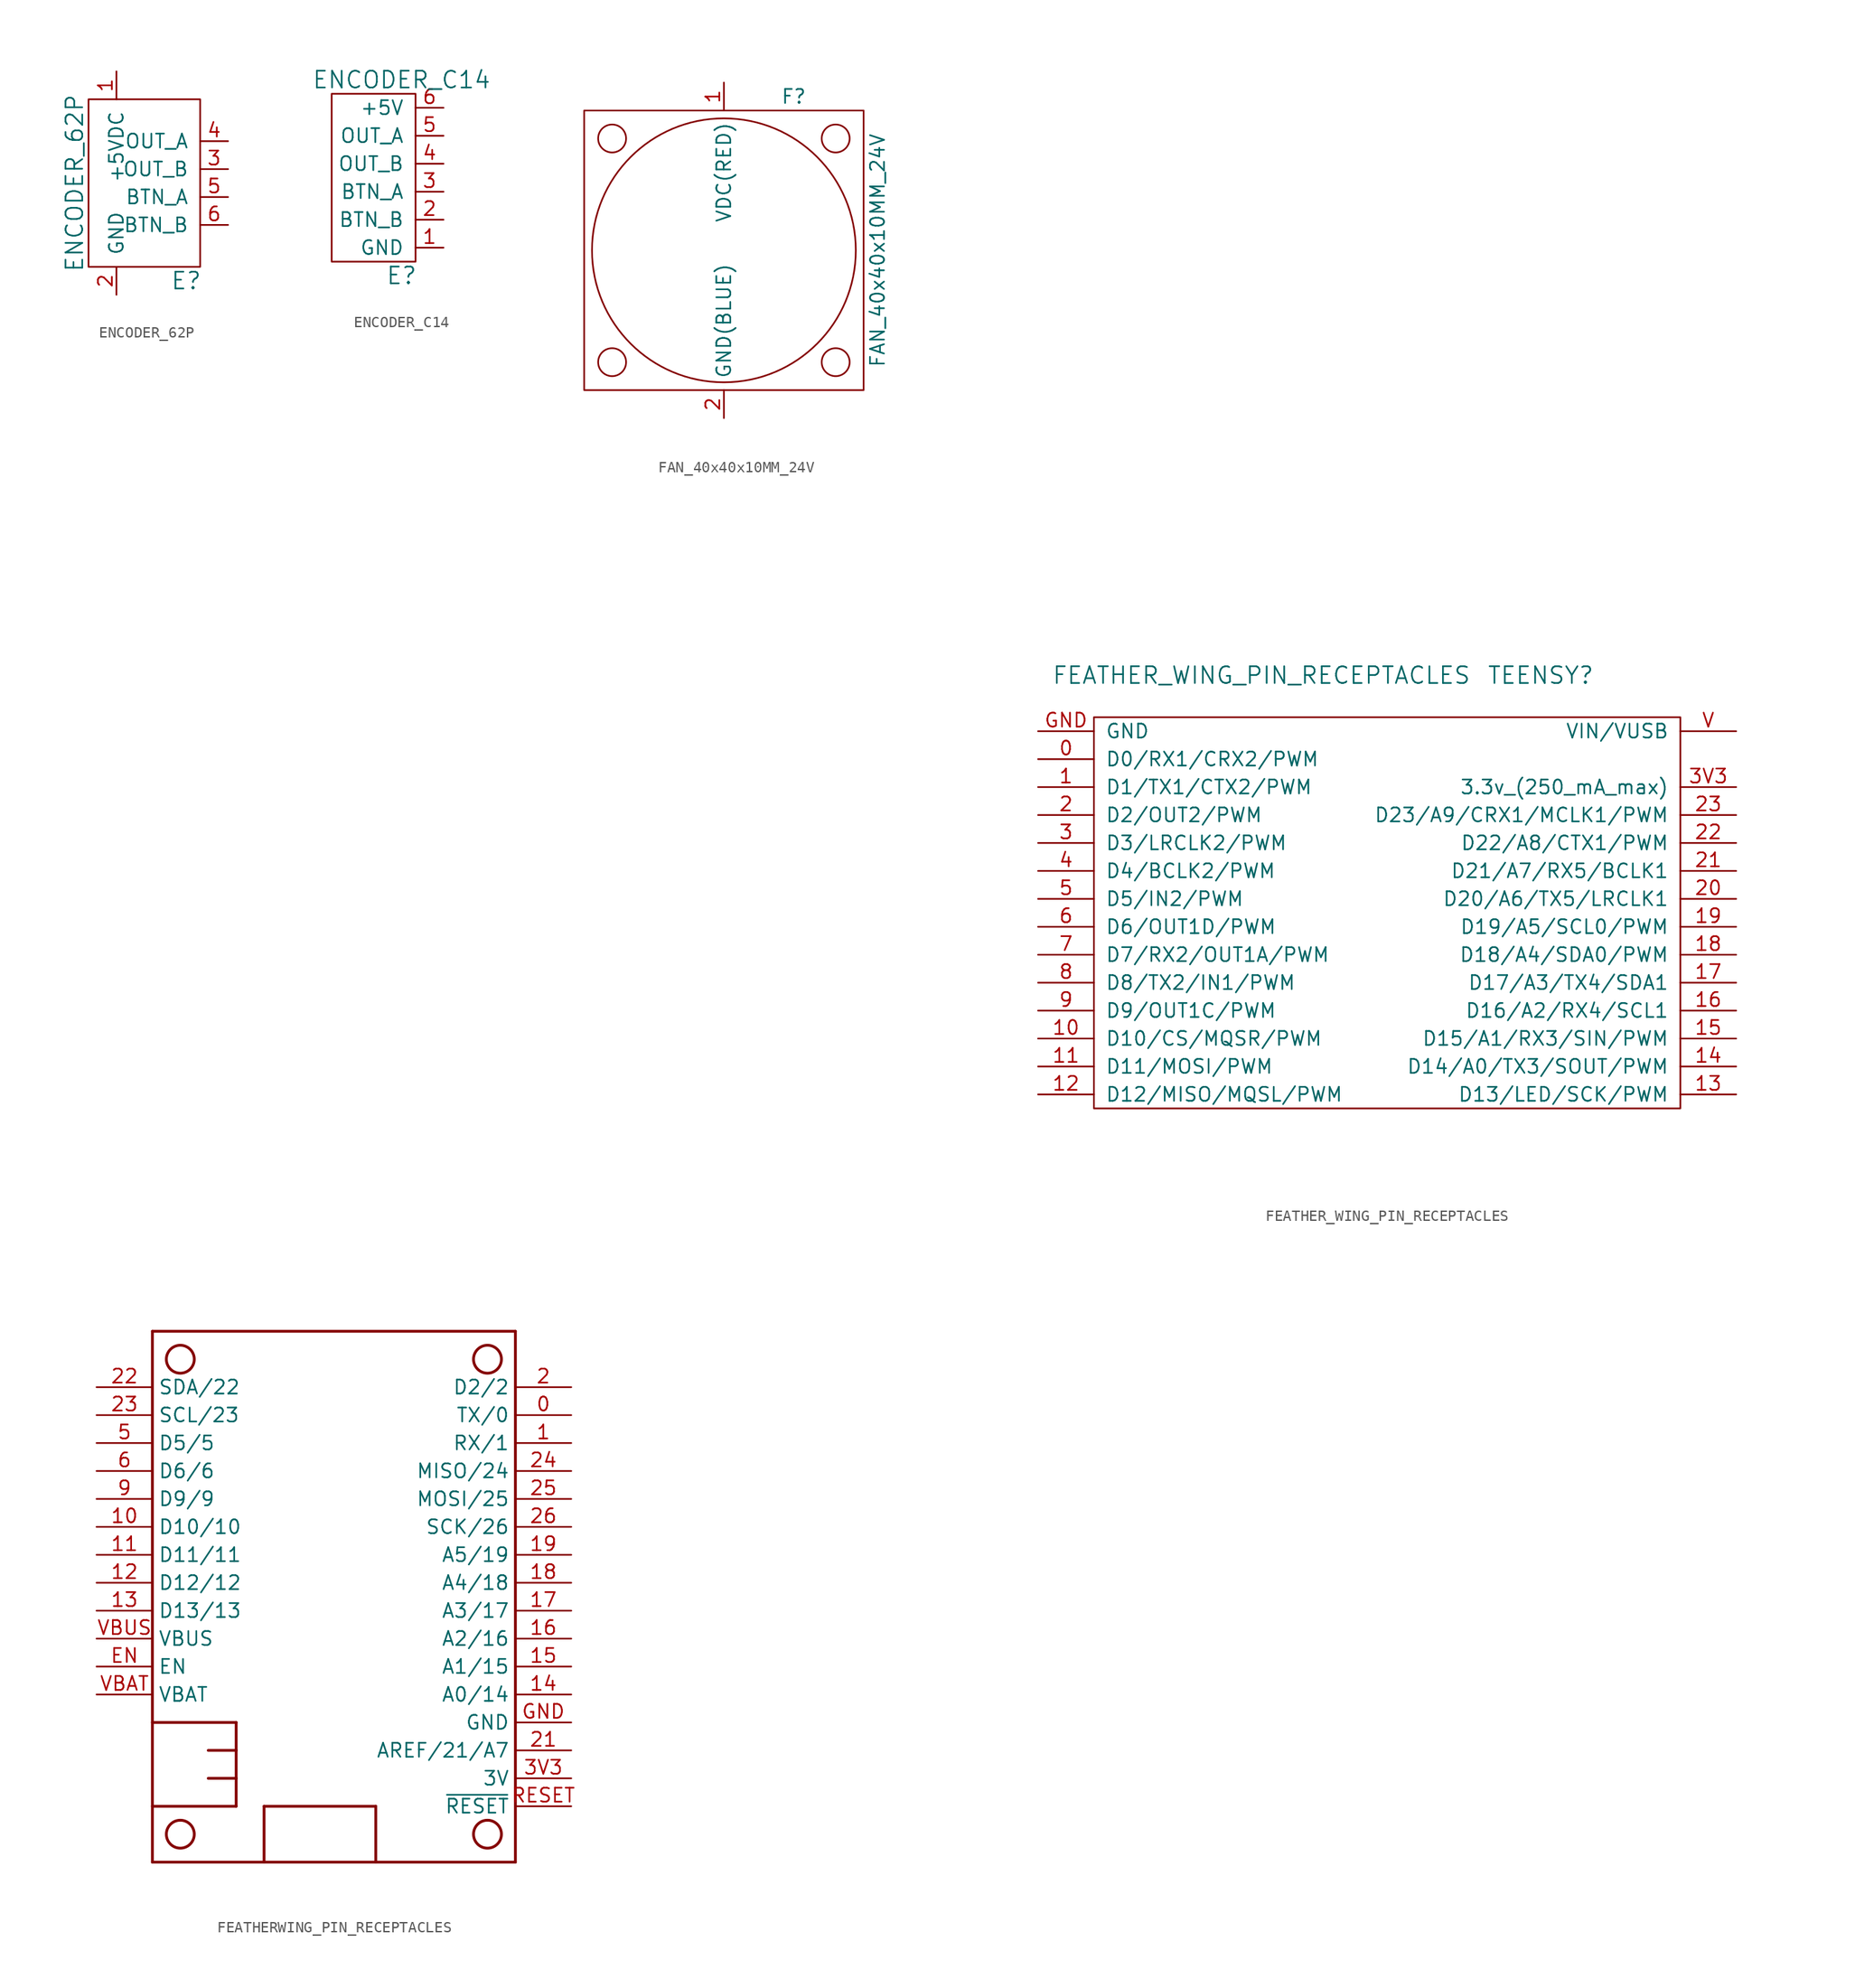
<source format=kicad_sym>
(kicad_symbol_lib
  (version 20211014)
  (generator kicad_symbol_editor)
  (symbol "ENCODER_62P"
    (pin_names
      (offset 1.016))
    (property "Reference" "E"
      (at 6.35 -8.89 0)
      (effects (font (size 1.524 1.524))))
    (property "Value" "ENCODER_62P"
      (at -3.81 0 90)
      (effects (font (size 1.524 1.524))))
    (property "Footprint" ""
      (at 0 0 0)
      (effects (font (size 1.524 1.524))))
    (property "Datasheet" ""
      (at 0 0 0)
      (effects (font (size 1.524 1.524))))
    (symbol "ENCODER_62P_0_1"
      (rectangle (start -2.54 7.62) (end 7.62 -7.62) (stroke (width 0) (type default) (color 0 0 0 0)) (fill (type none))))
    (symbol "ENCODER_62P_1_1"
      (pin passive line (at 0 10.16 270) (length 2.54) (name "+5VDC" (effects (font (size 1.27 1.27)))) (number "1" (effects (font (size 1.27 1.27)))))
      (pin power_in line (at 0 -10.16 90) (length 2.54) (name "GND" (effects (font (size 1.27 1.27)))) (number "2" (effects (font (size 1.27 1.27)))))
      (pin output line (at 10.16 1.27 180) (length 2.54) (name "OUT_B" (effects (font (size 1.27 1.27)))) (number "3" (effects (font (size 1.27 1.27)))))
      (pin output line (at 10.16 3.81 180) (length 2.54) (name "OUT_A" (effects (font (size 1.27 1.27)))) (number "4" (effects (font (size 1.27 1.27)))))
      (pin passive line (at 10.16 -1.27 180) (length 2.54) (name "BTN_A" (effects (font (size 1.27 1.27)))) (number "5" (effects (font (size 1.27 1.27)))))
      (pin passive line (at 10.16 -3.81 180) (length 2.54) (name "BTN_B" (effects (font (size 1.27 1.27)))) (number "6" (effects (font (size 1.27 1.27)))))))
  (symbol "ENCODER_C14"
    (pin_names
      (offset 1.016))
    (property "Reference" "E"
      (at 0 -8.89 0)
      (effects (font (size 1.524 1.524))))
    (property "Value" "ENCODER_C14"
      (at 0 8.89 0)
      (effects (font (size 1.524 1.524))))
    (property "Datasheet" ""
      (at 0 0 0)
      (effects (font (size 1.524 1.524))))
    (symbol "ENCODER_C14_0_1"
      (rectangle (start 1.27 7.62) (end -6.35 -7.62) (stroke (width 0) (type default) (color 0 0 0 0)) (fill (type none))))
    (symbol "ENCODER_C14_1_1"
      (pin power_in line (at 3.81 -6.35 180) (length 2.54) (name "GND" (effects (font (size 1.27 1.27)))) (number "1" (effects (font (size 1.27 1.27)))))
      (pin passive line (at 3.81 -3.81 180) (length 2.54) (name "BTN_B" (effects (font (size 1.27 1.27)))) (number "2" (effects (font (size 1.27 1.27)))))
      (pin passive line (at 3.81 -1.27 180) (length 2.54) (name "BTN_A" (effects (font (size 1.27 1.27)))) (number "3" (effects (font (size 1.27 1.27)))))
      (pin output line (at 3.81 1.27 180) (length 2.54) (name "OUT_B" (effects (font (size 1.27 1.27)))) (number "4" (effects (font (size 1.27 1.27)))))
      (pin output line (at 3.81 3.81 180) (length 2.54) (name "OUT_A" (effects (font (size 1.27 1.27)))) (number "5" (effects (font (size 1.27 1.27)))))
      (pin power_in line (at 3.81 6.35 180) (length 2.54) (name "+5V" (effects (font (size 1.27 1.27)))) (number "6" (effects (font (size 1.27 1.27)))))))
  (symbol "FAN_40x40x10MM_24V"
    (pin_names
      (offset 1.016))
    (property "Reference" "F"
      (at 6.35 13.97 0)
      (effects (font (size 1.27 1.27))))
    (property "Value" "FAN_40x40x10MM_24V"
      (at 13.97 0 90)
      (effects (font (size 1.27 1.27))))
    (symbol "FAN_40x40x10MM_24V_0_1"
      (rectangle (start -12.7 12.7) (end 12.7 -12.7) (stroke (width 0) (type default) (color 0 0 0 0)) (fill (type none)))
      (circle (center -10.16 -10.16) (radius 1.27) (stroke (width 0) (type default) (color 0 0 0 0)) (fill (type none)))
      (circle (center -10.16 10.16) (radius 1.27) (stroke (width 0) (type default) (color 0 0 0 0)) (fill (type none)))
      (circle (center 0 0) (radius 11.989) (stroke (width 0) (type default) (color 0 0 0 0)) (fill (type none)))
      (circle (center 10.16 -10.16) (radius 1.27) (stroke (width 0) (type default) (color 0 0 0 0)) (fill (type none)))
      (circle (center 10.16 10.16) (radius 1.27) (stroke (width 0) (type default) (color 0 0 0 0)) (fill (type none))))
    (symbol "FAN_40x40x10MM_24V_1_1"
      (pin passive line (at 0 15.24 270) (length 2.54) (name "VDC(RED)" (effects (font (size 1.27 1.27)))) (number "1" (effects (font (size 1.27 1.27)))))
      (pin passive line (at 0 -15.24 90) (length 2.54) (name "GND(BLUE)" (effects (font (size 1.27 1.27)))) (number "2" (effects (font (size 1.27 1.27)))))))
  (symbol "FEATHER_WING_PIN_RECEPTACLES"
    (pin_names
      (offset 1.016))
    (property "Reference" "TEENSY"
      (at 13.97 21.59 0)
      (effects (font (size 1.524 1.524))))
    (property "Value" "FEATHER_WING_PIN_RECEPTACLES"
      (at -11.43 21.59 0)
      (effects (font (size 1.524 1.524))))
    (property "Datasheet" ""
      (at 1.27 69.85 0)
      (effects (font (size 1.524 1.524))))
    (symbol "FEATHER_WING_PIN_RECEPTACLES_0_1"
      (rectangle (start -26.67 17.78) (end 26.67 -17.78) (stroke (width 0) (type default) (color 0 0 0 0)) (fill (type none))))
    (symbol "FEATHER_WING_PIN_RECEPTACLES_1_1"
      (pin bidirectional line (at -31.75 13.97 0) (length 5.08) (name "D0/RX1/CRX2/PWM" (effects (font (size 1.27 1.27)))) (number "0" (effects (font (size 1.27 1.27)))))
      (pin bidirectional line (at -31.75 11.43 0) (length 5.08) (name "D1/TX1/CTX2/PWM" (effects (font (size 1.27 1.27)))) (number "1" (effects (font (size 1.27 1.27)))))
      (pin bidirectional line (at -31.75 -11.43 0) (length 5.08) (name "D10/CS/MQSR/PWM" (effects (font (size 1.27 1.27)))) (number "10" (effects (font (size 1.27 1.27)))))
      (pin bidirectional line (at -31.75 -13.97 0) (length 5.08) (name "D11/MOSI/PWM" (effects (font (size 1.27 1.27)))) (number "11" (effects (font (size 1.27 1.27)))))
      (pin bidirectional line (at -31.75 -16.51 0) (length 5.08) (name "D12/MISO/MQSL/PWM" (effects (font (size 1.27 1.27)))) (number "12" (effects (font (size 1.27 1.27)))))
      (pin bidirectional line (at 31.75 -16.51 180) (length 5.08) (name "D13/LED/SCK/PWM" (effects (font (size 1.27 1.27)))) (number "13" (effects (font (size 1.27 1.27)))))
      (pin passive line (at 31.75 -13.97 180) (length 5.08) (name "D14/A0/TX3/SOUT/PWM" (effects (font (size 1.27 1.27)))) (number "14" (effects (font (size 1.27 1.27)))))
      (pin passive line (at 31.75 -11.43 180) (length 5.08) (name "D15/A1/RX3/SIN/PWM" (effects (font (size 1.27 1.27)))) (number "15" (effects (font (size 1.27 1.27)))))
      (pin passive line (at 31.75 -8.89 180) (length 5.08) (name "D16/A2/RX4/SCL1" (effects (font (size 1.27 1.27)))) (number "16" (effects (font (size 1.27 1.27)))))
      (pin passive line (at 31.75 -6.35 180) (length 5.08) (name "D17/A3/TX4/SDA1" (effects (font (size 1.27 1.27)))) (number "17" (effects (font (size 1.27 1.27)))))
      (pin passive line (at 31.75 -3.81 180) (length 5.08) (name "D18/A4/SDA0/PWM" (effects (font (size 1.27 1.27)))) (number "18" (effects (font (size 1.27 1.27)))))
      (pin passive line (at 31.75 -1.27 180) (length 5.08) (name "D19/A5/SCL0/PWM" (effects (font (size 1.27 1.27)))) (number "19" (effects (font (size 1.27 1.27)))))
      (pin bidirectional line (at -31.75 8.89 0) (length 5.08) (name "D2/OUT2/PWM" (effects (font (size 1.27 1.27)))) (number "2" (effects (font (size 1.27 1.27)))))
      (pin passive line (at 31.75 1.27 180) (length 5.08) (name "D20/A6/TX5/LRCLK1" (effects (font (size 1.27 1.27)))) (number "20" (effects (font (size 1.27 1.27)))))
      (pin passive line (at 31.75 3.81 180) (length 5.08) (name "D21/A7/RX5/BCLK1" (effects (font (size 1.27 1.27)))) (number "21" (effects (font (size 1.27 1.27)))))
      (pin passive line (at 31.75 6.35 180) (length 5.08) (name "D22/A8/CTX1/PWM" (effects (font (size 1.27 1.27)))) (number "22" (effects (font (size 1.27 1.27)))))
      (pin passive line (at 31.75 8.89 180) (length 5.08) (name "D23/A9/CRX1/MCLK1/PWM" (effects (font (size 1.27 1.27)))) (number "23" (effects (font (size 1.27 1.27)))))
      (pin bidirectional line (at -31.75 6.35 0) (length 5.08) (name "D3/LRCLK2/PWM" (effects (font (size 1.27 1.27)))) (number "3" (effects (font (size 1.27 1.27)))))
      (pin power_out line (at 31.75 11.43 180) (length 5.08) (name "3.3v_(250_mA_max)" (effects (font (size 1.27 1.27)))) (number "3V3" (effects (font (size 1.27 1.27)))))
      (pin bidirectional line (at -31.75 3.81 0) (length 5.08) (name "D4/BCLK2/PWM" (effects (font (size 1.27 1.27)))) (number "4" (effects (font (size 1.27 1.27)))))
      (pin bidirectional line (at -31.75 1.27 0) (length 5.08) (name "D5/IN2/PWM" (effects (font (size 1.27 1.27)))) (number "5" (effects (font (size 1.27 1.27)))))
      (pin bidirectional line (at -31.75 -1.27 0) (length 5.08) (name "D6/OUT1D/PWM" (effects (font (size 1.27 1.27)))) (number "6" (effects (font (size 1.27 1.27)))))
      (pin bidirectional line (at -31.75 -3.81 0) (length 5.08) (name "D7/RX2/OUT1A/PWM" (effects (font (size 1.27 1.27)))) (number "7" (effects (font (size 1.27 1.27)))))
      (pin bidirectional line (at -31.75 -6.35 0) (length 5.08) (name "D8/TX2/IN1/PWM" (effects (font (size 1.27 1.27)))) (number "8" (effects (font (size 1.27 1.27)))))
      (pin bidirectional line (at -31.75 -8.89 0) (length 5.08) (name "D9/OUT1C/PWM" (effects (font (size 1.27 1.27)))) (number "9" (effects (font (size 1.27 1.27)))))
      (pin passive line (at -31.75 16.51 0) (length 5.08) (name "GND" (effects (font (size 1.27 1.27)))) (number "GND" (effects (font (size 1.27 1.27)))))
      (pin passive line (at 31.75 16.51 180) (length 5.08) (name "VIN/VUSB" (effects (font (size 1.27 1.27)))) (number "V" (effects (font (size 1.27 1.27)))))))
  (symbol "FEATHERWING_PIN_RECEPTACLES"
    (property "Reference" "F"
      (at 13.97 25.4 0)
      (effects (font (size 1.27 1.27)) hide))
    (symbol "FEATHERWING_PIN_RECEPTACLES_1_0"
      (circle (center -13.97 -21.59) (radius 1.27) (stroke (width 0.254) (type default) (color 0 0 0 0)) (fill (type none)))
      (circle (center -13.97 21.59) (radius 1.27) (stroke (width 0.254) (type default) (color 0 0 0 0)) (fill (type none)))
      (polyline (pts (xy -16.51 -24.13) (xy -6.35 -24.13)) (stroke (width 0.254) (type default) (color 0 0 0 0)) (fill (type none)))
      (polyline (pts (xy -16.51 -19.05) (xy -16.51 -24.13)) (stroke (width 0.254) (type default) (color 0 0 0 0)) (fill (type none)))
      (polyline (pts (xy -16.51 -19.05) (xy -8.89 -19.05)) (stroke (width 0.254) (type default) (color 0 0 0 0)) (fill (type none)))
      (polyline (pts (xy -16.51 -11.43) (xy -16.51 -19.05)) (stroke (width 0.254) (type default) (color 0 0 0 0)) (fill (type none)))
      (polyline (pts (xy -16.51 24.13) (xy -16.51 -11.43)) (stroke (width 0.254) (type default) (color 0 0 0 0)) (fill (type none)))
      (polyline (pts (xy -11.43 -16.51) (xy -8.89 -16.51)) (stroke (width 0.254) (type default) (color 0 0 0 0)) (fill (type none)))
      (polyline (pts (xy -11.43 -13.97) (xy -8.89 -13.97)) (stroke (width 0.254) (type default) (color 0 0 0 0)) (fill (type none)))
      (polyline (pts (xy -8.89 -19.05) (xy -8.89 -16.51)) (stroke (width 0.254) (type default) (color 0 0 0 0)) (fill (type none)))
      (polyline (pts (xy -8.89 -16.51) (xy -8.89 -13.97)) (stroke (width 0.254) (type default) (color 0 0 0 0)) (fill (type none)))
      (polyline (pts (xy -8.89 -13.97) (xy -8.89 -11.43)) (stroke (width 0.254) (type default) (color 0 0 0 0)) (fill (type none)))
      (polyline (pts (xy -8.89 -11.43) (xy -16.51 -11.43)) (stroke (width 0.254) (type default) (color 0 0 0 0)) (fill (type none)))
      (polyline (pts (xy -6.35 -24.13) (xy -6.35 -19.05)) (stroke (width 0.254) (type default) (color 0 0 0 0)) (fill (type none)))
      (polyline (pts (xy -6.35 -24.13) (xy 3.81 -24.13)) (stroke (width 0.254) (type default) (color 0 0 0 0)) (fill (type none)))
      (polyline (pts (xy -6.35 -19.05) (xy 3.81 -19.05)) (stroke (width 0.254) (type default) (color 0 0 0 0)) (fill (type none)))
      (polyline (pts (xy 3.81 -24.13) (xy 16.51 -24.13)) (stroke (width 0.254) (type default) (color 0 0 0 0)) (fill (type none)))
      (polyline (pts (xy 3.81 -19.05) (xy 3.81 -24.13)) (stroke (width 0.254) (type default) (color 0 0 0 0)) (fill (type none)))
      (polyline (pts (xy 16.51 -24.13) (xy 16.51 24.13)) (stroke (width 0.254) (type default) (color 0 0 0 0)) (fill (type none)))
      (polyline (pts (xy 16.51 24.13) (xy -16.51 24.13)) (stroke (width 0.254) (type default) (color 0 0 0 0)) (fill (type none)))
      (circle (center 13.97 -21.59) (radius 1.27) (stroke (width 0.254) (type default) (color 0 0 0 0)) (fill (type none)))
      (circle (center 13.97 21.59) (radius 1.27) (stroke (width 0.254) (type default) (color 0 0 0 0)) (fill (type none)))
      (pin bidirectional line (at 21.59 16.51 180) (length 5.08) (name "TX/0" (effects (font (size 1.27 1.27)))) (number "0" (effects (font (size 1.27 1.27)))))
      (pin bidirectional line (at 21.59 13.97 180) (length 5.08) (name "RX/1" (effects (font (size 1.27 1.27)))) (number "1" (effects (font (size 1.27 1.27)))))
      (pin bidirectional line (at -21.59 6.35 0) (length 5.08) (name "D10/10" (effects (font (size 1.27 1.27)))) (number "10" (effects (font (size 1.27 1.27)))))
      (pin bidirectional line (at -21.59 3.81 0) (length 5.08) (name "D11/11" (effects (font (size 1.27 1.27)))) (number "11" (effects (font (size 1.27 1.27)))))
      (pin bidirectional line (at -21.59 1.27 0) (length 5.08) (name "D12/12" (effects (font (size 1.27 1.27)))) (number "12" (effects (font (size 1.27 1.27)))))
      (pin bidirectional line (at -21.59 -1.27 0) (length 5.08) (name "D13/13" (effects (font (size 1.27 1.27)))) (number "13" (effects (font (size 1.27 1.27)))))
      (pin bidirectional line (at 21.59 -8.89 180) (length 5.08) (name "A0/14" (effects (font (size 1.27 1.27)))) (number "14" (effects (font (size 1.27 1.27)))))
      (pin bidirectional line (at 21.59 -6.35 180) (length 5.08) (name "A1/15" (effects (font (size 1.27 1.27)))) (number "15" (effects (font (size 1.27 1.27)))))
      (pin bidirectional line (at 21.59 -3.81 180) (length 5.08) (name "A2/16" (effects (font (size 1.27 1.27)))) (number "16" (effects (font (size 1.27 1.27)))))
      (pin bidirectional line (at 21.59 -1.27 180) (length 5.08) (name "A3/17" (effects (font (size 1.27 1.27)))) (number "17" (effects (font (size 1.27 1.27)))))
      (pin bidirectional line (at 21.59 1.27 180) (length 5.08) (name "A4/18" (effects (font (size 1.27 1.27)))) (number "18" (effects (font (size 1.27 1.27)))))
      (pin bidirectional line (at 21.59 3.81 180) (length 5.08) (name "A5/19" (effects (font (size 1.27 1.27)))) (number "19" (effects (font (size 1.27 1.27)))))
      (pin passive line (at 21.59 19.05 180) (length 5.08) (name "D2/2" (effects (font (size 1.27 1.27)))) (number "2" (effects (font (size 1.27 1.27)))))
      (pin passive line (at 21.59 -13.97 180) (length 5.08) (name "AREF/21/A7" (effects (font (size 1.27 1.27)))) (number "21" (effects (font (size 1.27 1.27)))))
      (pin bidirectional line (at -21.59 19.05 0) (length 5.08) (name "SDA/22" (effects (font (size 1.27 1.27)))) (number "22" (effects (font (size 1.27 1.27)))))
      (pin bidirectional line (at -21.59 16.51 0) (length 5.08) (name "SCL/23" (effects (font (size 1.27 1.27)))) (number "23" (effects (font (size 1.27 1.27)))))
      (pin bidirectional line (at 21.59 11.43 180) (length 5.08) (name "MISO/24" (effects (font (size 1.27 1.27)))) (number "24" (effects (font (size 1.27 1.27)))))
      (pin bidirectional line (at 21.59 8.89 180) (length 5.08) (name "MOSI/25" (effects (font (size 1.27 1.27)))) (number "25" (effects (font (size 1.27 1.27)))))
      (pin bidirectional line (at 21.59 6.35 180) (length 5.08) (name "SCK/26" (effects (font (size 1.27 1.27)))) (number "26" (effects (font (size 1.27 1.27)))))
      (pin power_in line (at 21.59 -16.51 180) (length 5.08) (name "3V" (effects (font (size 1.27 1.27)))) (number "3V3" (effects (font (size 1.27 1.27)))))
      (pin bidirectional line (at -21.59 13.97 0) (length 5.08) (name "D5/5" (effects (font (size 1.27 1.27)))) (number "5" (effects (font (size 1.27 1.27)))))
      (pin bidirectional line (at -21.59 11.43 0) (length 5.08) (name "D6/6" (effects (font (size 1.27 1.27)))) (number "6" (effects (font (size 1.27 1.27)))))
      (pin bidirectional line (at -21.59 8.89 0) (length 5.08) (name "D9/9" (effects (font (size 1.27 1.27)))) (number "9" (effects (font (size 1.27 1.27)))))
      (pin passive line (at -21.59 -6.35 0) (length 5.08) (name "EN" (effects (font (size 1.27 1.27)))) (number "EN" (effects (font (size 1.27 1.27)))))
      (pin power_in line (at 21.59 -11.43 180) (length 5.08) (name "GND" (effects (font (size 1.27 1.27)))) (number "GND" (effects (font (size 1.27 1.27)))))
      (pin input line (at 21.59 -19.05 180) (length 5.08) (name "~{RESET}" (effects (font (size 1.27 1.27)))) (number "RESET" (effects (font (size 1.27 1.27)))))
      (pin power_in line (at -21.59 -8.89 0) (length 5.08) (name "VBAT" (effects (font (size 1.27 1.27)))) (number "VBAT" (effects (font (size 1.27 1.27)))))
      (pin power_in line (at -21.59 -3.81 0) (length 5.08) (name "VBUS" (effects (font (size 1.27 1.27)))) (number "VBUS" (effects (font (size 1.27 1.27))))))))
</source>
